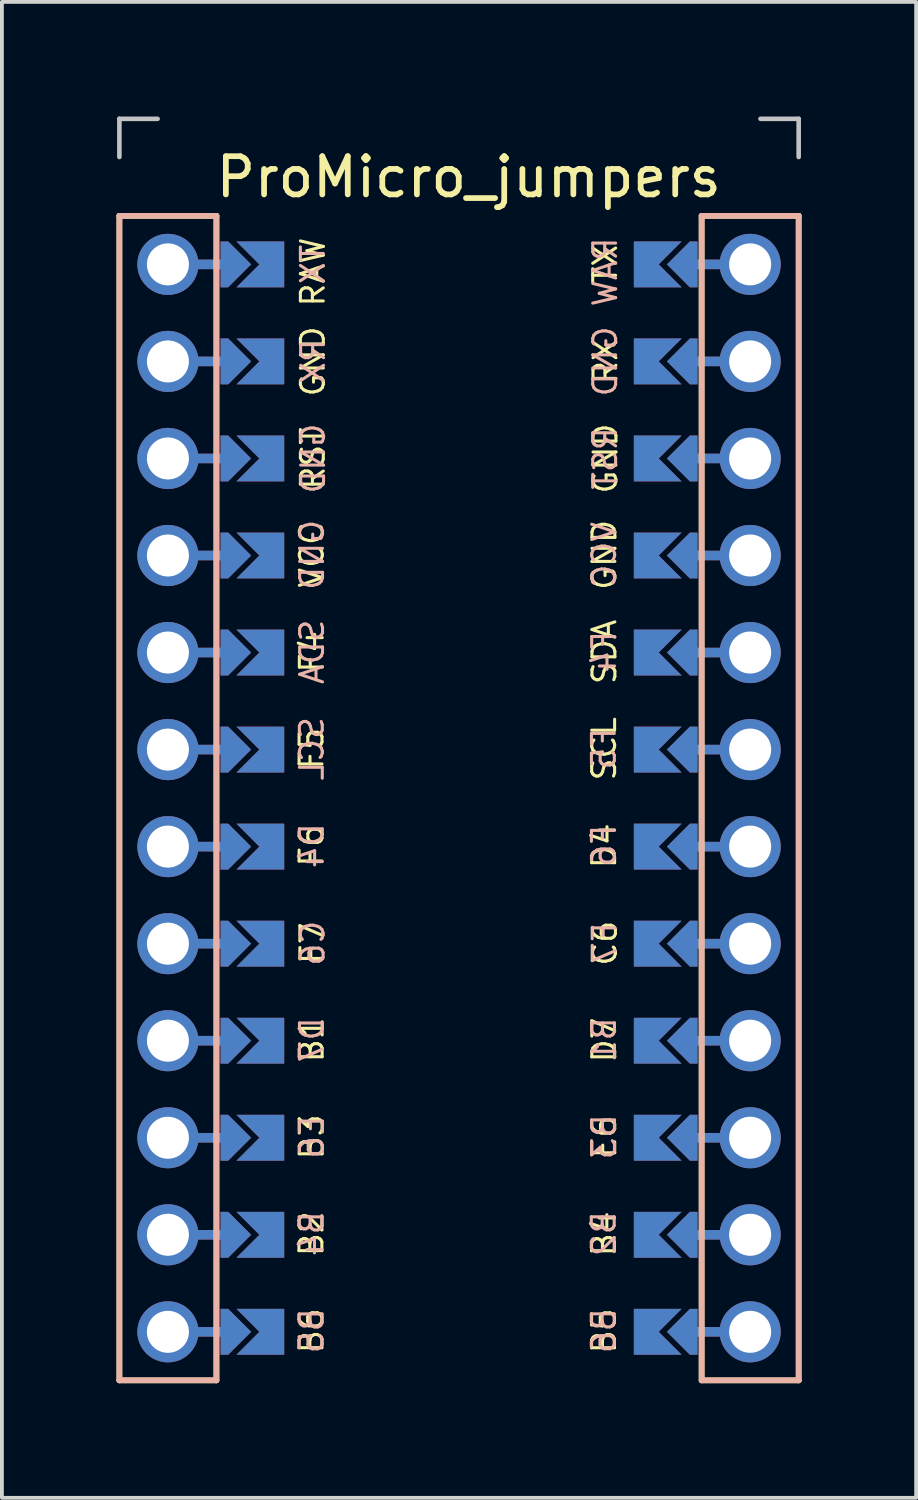
<source format=kicad_pcb>
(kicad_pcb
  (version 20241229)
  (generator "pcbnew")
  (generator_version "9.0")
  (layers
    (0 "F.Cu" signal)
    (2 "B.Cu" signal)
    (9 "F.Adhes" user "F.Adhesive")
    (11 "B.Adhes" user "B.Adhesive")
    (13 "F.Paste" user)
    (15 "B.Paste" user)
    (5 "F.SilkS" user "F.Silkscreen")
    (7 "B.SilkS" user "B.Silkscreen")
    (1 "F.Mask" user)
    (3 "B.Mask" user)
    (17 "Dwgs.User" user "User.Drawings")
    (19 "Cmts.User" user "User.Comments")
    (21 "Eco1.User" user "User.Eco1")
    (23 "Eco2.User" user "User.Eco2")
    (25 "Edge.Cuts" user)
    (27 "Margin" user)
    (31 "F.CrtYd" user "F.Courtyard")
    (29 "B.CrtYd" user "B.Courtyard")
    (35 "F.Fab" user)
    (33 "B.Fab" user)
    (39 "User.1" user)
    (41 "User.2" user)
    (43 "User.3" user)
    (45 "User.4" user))
  (footprint "ProMicro_jumpers"
    (layer "F.Cu")
    (at 8.965 17.84)
    (property "Reference" "ProMicro_jumpers" (at 0.254 -16.256 0) (layer "F.SilkS") (effects (font (size 1 1) (thickness 0.15))))
    (fp_poly (pts (xy -5.08 -14.478) (xy -5.08 -13.462) (xy -6.096 -13.462) (xy -6.096 -14.478)) (stroke (width 0.1) (type solid)) (fill yes) (layer "F.Mask"))
    (fp_poly (pts (xy -5.08 -11.938) (xy -5.08 -10.922) (xy -6.096 -10.922) (xy -6.096 -11.938)) (stroke (width 0.1) (type solid)) (fill yes) (layer "F.Mask"))
    (fp_poly (pts (xy -5.08 -9.398) (xy -5.08 -8.382) (xy -6.096 -8.382) (xy -6.096 -9.398)) (stroke (width 0.1) (type solid)) (fill yes) (layer "F.Mask"))
    (fp_poly (pts (xy -5.08 -6.858) (xy -5.08 -5.842) (xy -6.096 -5.842) (xy -6.096 -6.858)) (stroke (width 0.1) (type solid)) (fill yes) (layer "F.Mask"))
    (fp_poly (pts (xy -5.08 -4.318) (xy -5.08 -3.302) (xy -6.096 -3.302) (xy -6.096 -4.318)) (stroke (width 0.1) (type solid)) (fill yes) (layer "F.Mask"))
    (fp_poly (pts (xy -5.08 -1.778) (xy -5.08 -0.762) (xy -6.096 -0.762) (xy -6.096 -1.778)) (stroke (width 0.1) (type solid)) (fill yes) (layer "F.Mask"))
    (fp_poly (pts (xy -5.08 0.762) (xy -5.08 1.778) (xy -6.096 1.778) (xy -6.096 0.762)) (stroke (width 0.1) (type solid)) (fill yes) (layer "F.Mask"))
    (fp_poly (pts (xy -5.08 3.302) (xy -5.08 4.318) (xy -6.096 4.318) (xy -6.096 3.302)) (stroke (width 0.1) (type solid)) (fill yes) (layer "F.Mask"))
    (fp_poly (pts (xy -5.08 5.842) (xy -5.08 6.858) (xy -6.096 6.858) (xy -6.096 5.842)) (stroke (width 0.1) (type solid)) (fill yes) (layer "F.Mask"))
    (fp_poly (pts (xy -5.08 8.382) (xy -5.08 9.398) (xy -6.096 9.398) (xy -6.096 8.382)) (stroke (width 0.1) (type solid)) (fill yes) (layer "F.Mask"))
    (fp_poly (pts (xy -5.08 10.922) (xy -5.08 11.938) (xy -6.096 11.938) (xy -6.096 10.922)) (stroke (width 0.1) (type solid)) (fill yes) (layer "F.Mask"))
    (fp_poly (pts (xy -5.08 13.462) (xy -5.08 14.478) (xy -6.096 14.478) (xy -6.096 13.462)) (stroke (width 0.1) (type solid)) (fill yes) (layer "F.Mask"))
    (fp_poly (pts (xy 5.08 -13.462) (xy 5.08 -14.478) (xy 6.096 -14.478) (xy 6.096 -13.462)) (stroke (width 0.1) (type solid)) (fill yes) (layer "F.Mask"))
    (fp_poly (pts (xy 5.08 -10.922) (xy 5.08 -11.938) (xy 6.096 -11.938) (xy 6.096 -10.922)) (stroke (width 0.1) (type solid)) (fill yes) (layer "F.Mask"))
    (fp_poly (pts (xy 5.08 -8.382) (xy 5.08 -9.398) (xy 6.096 -9.398) (xy 6.096 -8.382)) (stroke (width 0.1) (type solid)) (fill yes) (layer "F.Mask"))
    (fp_poly (pts (xy 5.08 -5.842) (xy 5.08 -6.858) (xy 6.096 -6.858) (xy 6.096 -5.842)) (stroke (width 0.1) (type solid)) (fill yes) (layer "F.Mask"))
    (fp_poly (pts (xy 5.08 -3.302) (xy 5.08 -4.318) (xy 6.096 -4.318) (xy 6.096 -3.302)) (stroke (width 0.1) (type solid)) (fill yes) (layer "F.Mask"))
    (fp_poly (pts (xy 5.08 -0.762) (xy 5.08 -1.778) (xy 6.096 -1.778) (xy 6.096 -0.762)) (stroke (width 0.1) (type solid)) (fill yes) (layer "F.Mask"))
    (fp_poly (pts (xy 5.08 1.778) (xy 5.08 0.762) (xy 6.096 0.762) (xy 6.096 1.778)) (stroke (width 0.1) (type solid)) (fill yes) (layer "F.Mask"))
    (fp_poly (pts (xy 5.08 4.318) (xy 5.08 3.302) (xy 6.096 3.302) (xy 6.096 4.318)) (stroke (width 0.1) (type solid)) (fill yes) (layer "F.Mask"))
    (fp_poly (pts (xy 5.08 6.858) (xy 5.08 5.842) (xy 6.096 5.842) (xy 6.096 6.858)) (stroke (width 0.1) (type solid)) (fill yes) (layer "F.Mask"))
    (fp_poly (pts (xy 5.08 9.398) (xy 5.08 8.382) (xy 6.096 8.382) (xy 6.096 9.398)) (stroke (width 0.1) (type solid)) (fill yes) (layer "F.Mask"))
    (fp_poly (pts (xy 5.08 11.938) (xy 5.08 10.922) (xy 6.096 10.922) (xy 6.096 11.938)) (stroke (width 0.1) (type solid)) (fill yes) (layer "F.Mask"))
    (fp_poly (pts (xy 5.08 14.478) (xy 5.08 13.462) (xy 6.096 13.462) (xy 6.096 14.478)) (stroke (width 0.1) (type solid)) (fill yes) (layer "F.Mask"))
    (fp_poly (pts (xy -5.08 -14.478) (xy -5.08 -13.462) (xy -6.096 -13.462) (xy -6.096 -14.478)) (stroke (width 0.1) (type solid)) (fill yes) (layer "B.Mask"))
    (fp_poly (pts (xy -5.08 -11.938) (xy -5.08 -10.922) (xy -6.096 -10.922) (xy -6.096 -11.938)) (stroke (width 0.1) (type solid)) (fill yes) (layer "B.Mask"))
    (fp_poly (pts (xy -5.08 -9.398) (xy -5.08 -8.382) (xy -6.096 -8.382) (xy -6.096 -9.398)) (stroke (width 0.1) (type solid)) (fill yes) (layer "B.Mask"))
    (fp_poly (pts (xy -5.08 -6.858) (xy -5.08 -5.842) (xy -6.096 -5.842) (xy -6.096 -6.858)) (stroke (width 0.1) (type solid)) (fill yes) (layer "B.Mask"))
    (fp_poly (pts (xy -5.08 -4.318) (xy -5.08 -3.302) (xy -6.096 -3.302) (xy -6.096 -4.318)) (stroke (width 0.1) (type solid)) (fill yes) (layer "B.Mask"))
    (fp_poly (pts (xy -5.08 -1.778) (xy -5.08 -0.762) (xy -6.096 -0.762) (xy -6.096 -1.778)) (stroke (width 0.1) (type solid)) (fill yes) (layer "B.Mask"))
    (fp_poly (pts (xy -5.08 0.762) (xy -5.08 1.778) (xy -6.096 1.778) (xy -6.096 0.762)) (stroke (width 0.1) (type solid)) (fill yes) (layer "B.Mask"))
    (fp_poly (pts (xy -5.08 3.302) (xy -5.08 4.318) (xy -6.096 4.318) (xy -6.096 3.302)) (stroke (width 0.1) (type solid)) (fill yes) (layer "B.Mask"))
    (fp_poly (pts (xy -5.08 5.842) (xy -5.08 6.858) (xy -6.096 6.858) (xy -6.096 5.842)) (stroke (width 0.1) (type solid)) (fill yes) (layer "B.Mask"))
    (fp_poly (pts (xy -5.08 8.382) (xy -5.08 9.398) (xy -6.096 9.398) (xy -6.096 8.382)) (stroke (width 0.1) (type solid)) (fill yes) (layer "B.Mask"))
    (fp_poly (pts (xy -5.08 10.922) (xy -5.08 11.938) (xy -6.096 11.938) (xy -6.096 10.922)) (stroke (width 0.1) (type solid)) (fill yes) (layer "B.Mask"))
    (fp_poly (pts (xy -5.08 13.462) (xy -5.08 14.478) (xy -6.096 14.478) (xy -6.096 13.462)) (stroke (width 0.1) (type solid)) (fill yes) (layer "B.Mask"))
    (fp_poly (pts (xy 5.08 -13.462) (xy 5.08 -14.478) (xy 6.096 -14.478) (xy 6.096 -13.462)) (stroke (width 0.1) (type solid)) (fill yes) (layer "B.Mask"))
    (fp_poly (pts (xy 5.08 -10.922) (xy 5.08 -11.938) (xy 6.096 -11.938) (xy 6.096 -10.922)) (stroke (width 0.1) (type solid)) (fill yes) (layer "B.Mask"))
    (fp_poly (pts (xy 5.08 -8.382) (xy 5.08 -9.398) (xy 6.096 -9.398) (xy 6.096 -8.382)) (stroke (width 0.1) (type solid)) (fill yes) (layer "B.Mask"))
    (fp_poly (pts (xy 5.08 -5.842) (xy 5.08 -6.858) (xy 6.096 -6.858) (xy 6.096 -5.842)) (stroke (width 0.1) (type solid)) (fill yes) (layer "B.Mask"))
    (fp_poly (pts (xy 5.08 -3.302) (xy 5.08 -4.318) (xy 6.096 -4.318) (xy 6.096 -3.302)) (stroke (width 0.1) (type solid)) (fill yes) (layer "B.Mask"))
    (fp_poly (pts (xy 5.08 -0.762) (xy 5.08 -1.778) (xy 6.096 -1.778) (xy 6.096 -0.762)) (stroke (width 0.1) (type solid)) (fill yes) (layer "B.Mask"))
    (fp_poly (pts (xy 5.08 1.778) (xy 5.08 0.762) (xy 6.096 0.762) (xy 6.096 1.778)) (stroke (width 0.1) (type solid)) (fill yes) (layer "B.Mask"))
    (fp_poly (pts (xy 5.08 4.318) (xy 5.08 3.302) (xy 6.096 3.302) (xy 6.096 4.318)) (stroke (width 0.1) (type solid)) (fill yes) (layer "B.Mask"))
    (fp_poly (pts (xy 5.08 6.858) (xy 5.08 5.842) (xy 6.096 5.842) (xy 6.096 6.858)) (stroke (width 0.1) (type solid)) (fill yes) (layer "B.Mask"))
    (fp_poly (pts (xy 5.08 9.398) (xy 5.08 8.382) (xy 6.096 8.382) (xy 6.096 9.398)) (stroke (width 0.1) (type solid)) (fill yes) (layer "B.Mask"))
    (fp_poly (pts (xy 5.08 11.938) (xy 5.08 10.922) (xy 6.096 10.922) (xy 6.096 11.938)) (stroke (width 0.1) (type solid)) (fill yes) (layer "B.Mask"))
    (fp_poly (pts (xy 5.08 14.478) (xy 5.08 13.462) (xy 6.096 13.462) (xy 6.096 14.478)) (stroke (width 0.1) (type solid)) (fill yes) (layer "B.Mask"))
    (fp_line (start -8.89 -15.24) (end -8.89 15.24) (stroke (width 0.15) (type solid)) (layer "F.SilkS"))
    (fp_line (start -8.89 -15.24) (end -6.35 -15.24) (stroke (width 0.15) (type solid)) (layer "F.SilkS"))
    (fp_line (start -6.35 -15.24) (end -6.35 15.24) (stroke (width 0.15) (type solid)) (layer "F.SilkS"))
    (fp_line (start -6.35 15.24) (end -8.89 15.24) (stroke (width 0.15) (type solid)) (layer "F.SilkS"))
    (fp_line (start 6.35 -15.24) (end 6.35 15.24) (stroke (width 0.15) (type solid)) (layer "F.SilkS"))
    (fp_line (start 6.35 -15.24) (end 8.89 -15.24) (stroke (width 0.15) (type solid)) (layer "F.SilkS"))
    (fp_line (start 6.35 15.24) (end 8.89 15.24) (stroke (width 0.15) (type solid)) (layer "F.SilkS"))
    (fp_line (start 8.89 -15.24) (end 8.89 15.24) (stroke (width 0.15) (type solid)) (layer "F.SilkS"))
    (fp_line (start -8.89 -15.24) (end -8.89 15.24) (stroke (width 0.15) (type solid)) (layer "B.SilkS"))
    (fp_line (start -8.89 -15.24) (end -6.35 -15.24) (stroke (width 0.15) (type solid)) (layer "B.SilkS"))
    (fp_line (start -6.35 -15.24) (end -6.35 15.24) (stroke (width 0.15) (type solid)) (layer "B.SilkS"))
    (fp_line (start -6.35 15.24) (end -8.89 15.24) (stroke (width 0.15) (type solid)) (layer "B.SilkS"))
    (fp_line (start 6.35 -15.24) (end 6.35 15.24) (stroke (width 0.15) (type solid)) (layer "B.SilkS"))
    (fp_line (start 6.35 -15.24) (end 8.89 -15.24) (stroke (width 0.15) (type solid)) (layer "B.SilkS"))
    (fp_line (start 6.35 15.24) (end 8.89 15.24) (stroke (width 0.15) (type solid)) (layer "B.SilkS"))
    (fp_line (start 8.89 -15.24) (end 8.89 15.24) (stroke (width 0.15) (type solid)) (layer "B.SilkS"))
    (fp_line (start -8.89 -17.78) (end -8.89 -16.78) (stroke (width 0.12) (type solid)) (layer "Dwgs.User"))
    (fp_line (start -8.89 -17.78) (end -7.89 -17.78) (stroke (width 0.12) (type solid)) (layer "Dwgs.User"))
    (fp_line (start 8.89 -17.78) (end 7.89 -17.78) (stroke (width 0.12) (type solid)) (layer "Dwgs.User"))
    (fp_line (start 8.89 -17.78) (end 8.89 -16.78) (stroke (width 0.12) (type solid)) (layer "Dwgs.User"))
    (fp_text user "E6" (at 3.802 8.869 90) (layer "F.SilkS") (effects (font (size 0.6 0.6) (thickness 0.08))))
    (fp_text user "C6" (at 3.82 3.798 90) (layer "F.SilkS") (effects (font (size 0.6 0.6) (thickness 0.08))))
    (fp_text user "GND" (at 3.806 -6.367 90) (layer "F.SilkS") (effects (font (size 0.6 0.6) (thickness 0.08))))
    (fp_text user "F6" (at -3.86 1.246 90) (layer "F.SilkS") (effects (font (size 0.6 0.6) (thickness 0.08))))
    (fp_text user "GND" (at -3.826 -11.43 90) (layer "F.SilkS") (effects (font (size 0.6 0.6) (thickness 0.08))))
    (fp_text user "D7" (at 3.802 6.329 90) (layer "F.SilkS") (effects (font (size 0.6 0.6) (thickness 0.08))))
    (fp_text user "F7" (at -3.839 3.797 90) (layer "F.SilkS") (effects (font (size 0.6 0.6) (thickness 0.08))))
    (fp_text user "B5" (at 3.795 13.944 90) (layer "F.SilkS") (effects (font (size 0.6 0.6) (thickness 0.08))))
    (fp_text user "B4" (at 3.795 11.404 90) (layer "F.SilkS") (effects (font (size 0.6 0.6) (thickness 0.08))))
    (fp_text user "TX" (at 3.826 -13.97 90) (layer "F.SilkS") (effects (font (size 0.6 0.6) (thickness 0.08))))
    (fp_text user "SCL" (at 3.799 -1.292 90) (layer "F.SilkS") (effects (font (size 0.6 0.6) (thickness 0.08))))
    (fp_text user "SDA" (at 3.806 -3.827 90) (layer "F.SilkS") (effects (font (size 0.6 0.6) (thickness 0.08))))
    (fp_text user "GND" (at 3.833 -8.888 90) (layer "F.SilkS") (effects (font (size 0.6 0.6) (thickness 0.08))))
    (fp_text user "B1" (at -3.857 6.327 90) (layer "F.SilkS") (effects (font (size 0.6 0.6) (thickness 0.08))))
    (fp_text user "B3" (at -3.857 8.867 90) (layer "F.SilkS") (effects (font (size 0.6 0.6) (thickness 0.08))))
    (fp_text user "B2" (at -3.864 11.402 90) (layer "F.SilkS") (effects (font (size 0.6 0.6) (thickness 0.08))))
    (fp_text user "RAW" (at -3.826 -13.77 90) (layer "F.SilkS") (effects (font (size 0.6 0.6) (thickness 0.08))))
    (fp_text user "RX" (at 3.833 -11.428 90) (layer "F.SilkS") (effects (font (size 0.6 0.6) (thickness 0.08))))
    (fp_text user "D4" (at 3.799 1.248 90) (layer "F.SilkS") (effects (font (size 0.6 0.6) (thickness 0.08))))
    (fp_text user "F5" (at -3.86 -1.294 90) (layer "F.SilkS") (effects (font (size 0.6 0.6) (thickness 0.08))))
    (fp_text user "VCC" (at -3.853 -6.369 90) (layer "F.SilkS") (effects (font (size 0.6 0.6) (thickness 0.08))))
    (fp_text user "B6" (at -3.864 13.942 90) (layer "F.SilkS") (effects (font (size 0.6 0.6) (thickness 0.08))))
    (fp_text user "RST" (at -3.826 -8.89 90) (layer "F.SilkS") (effects (font (size 0.6 0.6) (thickness 0.08))))
    (fp_text user "F4" (at -3.853 -3.829 90) (layer "F.SilkS") (effects (font (size 0.6 0.6) (thickness 0.08))))
    (fp_text user "E6" (at -3.85 8.869 90) (layer "B.SilkS") (effects (font (size 0.6 0.6) (thickness 0.08)) (justify mirror)))
    (fp_text user "B4" (at -3.857 11.404 90) (layer "B.SilkS") (effects (font (size 0.6 0.6) (thickness 0.08)) (justify mirror)))
    (fp_text user "RST" (at 3.826 -8.89 90) (layer "B.SilkS") (effects (font (size 0.6 0.6) (thickness 0.08)) (justify mirror)))
    (fp_text user "SCL" (at -3.853 -1.292 90) (layer "B.SilkS") (effects (font (size 0.6 0.6) (thickness 0.08)) (justify mirror)))
    (fp_text user "F6" (at 3.792 1.246 90) (layer "B.SilkS") (effects (font (size 0.6 0.6) (thickness 0.08)) (justify mirror)))
    (fp_text user "D7" (at -3.85 6.329 90) (layer "B.SilkS") (effects (font (size 0.6 0.6) (thickness 0.08)) (justify mirror)))
    (fp_text user "B6" (at 3.788 13.942 90) (layer "B.SilkS") (effects (font (size 0.6 0.6) (thickness 0.08)) (justify mirror)))
    (fp_text user "GND" (at 3.826 -11.43 90) (layer "B.SilkS") (effects (font (size 0.6 0.6) (thickness 0.08)) (justify mirror)))
    (fp_text user "SDA" (at -3.846 -3.827 90) (layer "B.SilkS") (effects (font (size 0.6 0.6) (thickness 0.08)) (justify mirror)))
    (fp_text user "D4" (at -3.853 1.248 90) (layer "B.SilkS") (effects (font (size 0.6 0.6) (thickness 0.08)) (justify mirror)))
    (fp_text user "F7" (at 3.813 3.797 90) (layer "B.SilkS") (effects (font (size 0.6 0.6) (thickness 0.08)) (justify mirror)))
    (fp_text user "B3" (at 3.795 8.867 90) (layer "B.SilkS") (effects (font (size 0.6 0.6) (thickness 0.08)) (justify mirror)))
    (fp_text user "F4" (at 3.799 -3.829 90) (layer "B.SilkS") (effects (font (size 0.6 0.6) (thickness 0.08)) (justify mirror)))
    (fp_text user "GND" (at -3.846 -6.367 90) (layer "B.SilkS") (effects (font (size 0.6 0.6) (thickness 0.08)) (justify mirror)))
    (fp_text user "B1" (at 3.795 6.327 90) (layer "B.SilkS") (effects (font (size 0.6 0.6) (thickness 0.08)) (justify mirror)))
    (fp_text user "VCC" (at 3.799 -6.369 90) (layer "B.SilkS") (effects (font (size 0.6 0.6) (thickness 0.08)) (justify mirror)))
    (fp_text user "B2" (at 3.788 11.402 90) (layer "B.SilkS") (effects (font (size 0.6 0.6) (thickness 0.08)) (justify mirror)))
    (fp_text user "F5" (at 3.792 -1.294 90) (layer "B.SilkS") (effects (font (size 0.6 0.6) (thickness 0.08)) (justify mirror)))
    (fp_text user "B5" (at -3.857 13.944 90) (layer "B.SilkS") (effects (font (size 0.6 0.6) (thickness 0.08)) (justify mirror)))
    (fp_text user "C6" (at -3.832 3.798 90) (layer "B.SilkS") (effects (font (size 0.6 0.6) (thickness 0.08)) (justify mirror)))
    (fp_text user "TX" (at -3.826 -13.97 90) (layer "B.SilkS") (effects (font (size 0.6 0.6) (thickness 0.08)) (justify mirror)))
    (fp_text user "GND" (at -3.819 -8.888 90) (layer "B.SilkS") (effects (font (size 0.6 0.6) (thickness 0.08)) (justify mirror)))
    (fp_text user "RX" (at -3.819 -11.428 90) (layer "B.SilkS") (effects (font (size 0.6 0.6) (thickness 0.08)) (justify mirror)))
    (fp_text user "RAW" (at 3.826 -13.77 90) (layer "B.SilkS") (effects (font (size 0.6 0.6) (thickness 0.08)) (justify mirror)))
    (pad "" thru_hole circle (at -7.62 -13.97 270) (size 1.6 1.6) (drill 1.1) (layers "*.Cu" "*.Mask"))
    (pad "" thru_hole circle (at -7.62 -11.43 270) (size 1.6 1.6) (drill 1.1) (layers "*.Cu" "*.Mask"))
    (pad "" thru_hole circle (at -7.62 -8.89 270) (size 1.6 1.6) (drill 1.1) (layers "*.Cu" "*.Mask"))
    (pad "" thru_hole circle (at -7.62 -6.35 270) (size 1.6 1.6) (drill 1.1) (layers "*.Cu" "*.Mask"))
    (pad "" thru_hole circle (at -7.62 -3.81 270) (size 1.6 1.6) (drill 1.1) (layers "*.Cu" "*.Mask"))
    (pad "" thru_hole circle (at -7.62 -1.27 270) (size 1.6 1.6) (drill 1.1) (layers "*.Cu" "*.Mask"))
    (pad "" thru_hole circle (at -7.62 1.27 270) (size 1.6 1.6) (drill 1.1) (layers "*.Cu" "*.Mask"))
    (pad "" thru_hole circle (at -7.62 3.81 270) (size 1.6 1.6) (drill 1.1) (layers "*.Cu" "*.Mask"))
    (pad "" thru_hole circle (at -7.62 6.35 270) (size 1.6 1.6) (drill 1.1) (layers "*.Cu" "*.Mask"))
    (pad "" thru_hole circle (at -7.62 8.89 270) (size 1.6 1.6) (drill 1.1) (layers "*.Cu" "*.Mask"))
    (pad "" thru_hole circle (at -7.62 11.43 270) (size 1.6 1.6) (drill 1.1) (layers "*.Cu" "*.Mask"))
    (pad "" thru_hole circle (at -7.62 13.97 270) (size 1.6 1.6) (drill 1.1) (layers "*.Cu" "*.Mask"))
    (pad "" smd custom (at -6.35 -13.97 90) (size 0.25 1) (layers "F.Cu") (options (anchor rect)) (primitives))
    (pad "" smd custom (at -6.35 -13.97 90) (size 0.25 1) (layers "B.Cu") (options (anchor rect)) (primitives))
    (pad "" smd custom (at -6.35 -11.43 90) (size 0.25 1) (layers "F.Cu") (options (anchor rect)) (primitives))
    (pad "" smd custom (at -6.35 -11.43 90) (size 0.25 1) (layers "B.Cu") (options (anchor rect)) (primitives))
    (pad "" smd custom (at -6.35 -8.89 90) (size 0.25 1) (layers "F.Cu") (options (anchor rect)) (primitives))
    (pad "" smd custom (at -6.35 -8.89 90) (size 0.25 1) (layers "B.Cu") (options (anchor rect)) (primitives))
    (pad "" smd custom (at -6.35 -6.35 90) (size 0.25 1) (layers "F.Cu") (options (anchor rect)) (primitives))
    (pad "" smd custom (at -6.35 -6.35 90) (size 0.25 1) (layers "B.Cu") (options (anchor rect)) (primitives))
    (pad "" smd custom (at -6.35 -3.81 90) (size 0.25 1) (layers "F.Cu") (options (anchor rect)) (primitives))
    (pad "" smd custom (at -6.35 -3.81 90) (size 0.25 1) (layers "B.Cu") (options (anchor rect)) (primitives))
    (pad "" smd custom (at -6.35 -1.27 90) (size 0.25 1) (layers "F.Cu") (options (anchor rect)) (primitives))
    (pad "" smd custom (at -6.35 -1.27 90) (size 0.25 1) (layers "B.Cu") (options (anchor rect)) (primitives))
    (pad "" smd custom (at -6.35 1.27 90) (size 0.25 1) (layers "F.Cu") (options (anchor rect)) (primitives))
    (pad "" smd custom (at -6.35 1.27 90) (size 0.25 1) (layers "B.Cu") (options (anchor rect)) (primitives))
    (pad "" smd custom (at -6.35 3.81 90) (size 0.25 1) (layers "F.Cu") (options (anchor rect)) (primitives))
    (pad "" smd custom (at -6.35 3.81 90) (size 0.25 1) (layers "B.Cu") (options (anchor rect)) (primitives))
    (pad "" smd custom (at -6.35 6.35 90) (size 0.25 1) (layers "F.Cu") (options (anchor rect)) (primitives))
    (pad "" smd custom (at -6.35 6.35 90) (size 0.25 1) (layers "B.Cu") (options (anchor rect)) (primitives))
    (pad "" smd custom (at -6.35 8.89 90) (size 0.25 1) (layers "F.Cu") (options (anchor rect)) (primitives))
    (pad "" smd custom (at -6.35 8.89 90) (size 0.25 1) (layers "B.Cu") (options (anchor rect)) (primitives))
    (pad "" smd custom (at -6.35 11.43 90) (size 0.25 1) (layers "F.Cu") (options (anchor rect)) (primitives))
    (pad "" smd custom (at -6.35 11.43 90) (size 0.25 1) (layers "B.Cu") (options (anchor rect)) (primitives))
    (pad "" smd custom (at -6.35 13.97 90) (size 0.25 1) (layers "F.Cu") (options (anchor rect)) (primitives))
    (pad "" smd custom (at -6.35 13.97 90) (size 0.25 1) (layers "B.Cu") (options (anchor rect)) (primitives))
    (pad "" smd custom (at -5.842 -13.97 90) (size 0.1 0.1) (layers "F.Cu" "F.Mask") (options (anchor rect)) (primitives (gr_poly (pts (xy 0.6 -0.2) (xy 0 0.4) (xy -0.6 -0.2) (xy -0.6 -0.4) (xy 0.6 -0.4)) (width 0) (fill yes))))
    (pad "" smd custom (at -5.842 -13.97 90) (size 0.1 0.1) (layers "B.Cu" "B.Mask") (options (anchor rect)) (primitives (gr_poly (pts (xy 0.6 -0.2) (xy 0 0.4) (xy -0.6 -0.2) (xy -0.6 -0.4) (xy 0.6 -0.4)) (width 0) (fill yes))))
    (pad "" smd custom (at -5.842 -11.43 90) (size 0.1 0.1) (layers "F.Cu" "F.Mask") (options (anchor rect)) (primitives (gr_poly (pts (xy 0.6 -0.2) (xy 0 0.4) (xy -0.6 -0.2) (xy -0.6 -0.4) (xy 0.6 -0.4)) (width 0) (fill yes))))
    (pad "" smd custom (at -5.842 -11.43 90) (size 0.1 0.1) (layers "B.Cu" "B.Mask") (options (anchor rect)) (primitives (gr_poly (pts (xy 0.6 -0.2) (xy 0 0.4) (xy -0.6 -0.2) (xy -0.6 -0.4) (xy 0.6 -0.4)) (width 0) (fill yes))))
    (pad "" smd custom (at -5.842 -8.89 90) (size 0.1 0.1) (layers "F.Cu" "F.Mask") (options (anchor rect)) (primitives (gr_poly (pts (xy 0.6 -0.2) (xy 0 0.4) (xy -0.6 -0.2) (xy -0.6 -0.4) (xy 0.6 -0.4)) (width 0) (fill yes))))
    (pad "" smd custom (at -5.842 -8.89 90) (size 0.1 0.1) (layers "B.Cu" "B.Mask") (options (anchor rect)) (primitives (gr_poly (pts (xy 0.6 -0.2) (xy 0 0.4) (xy -0.6 -0.2) (xy -0.6 -0.4) (xy 0.6 -0.4)) (width 0) (fill yes))))
    (pad "" smd custom (at -5.842 -6.35 90) (size 0.1 0.1) (layers "F.Cu" "F.Mask") (options (anchor rect)) (primitives (gr_poly (pts (xy 0.6 -0.2) (xy 0 0.4) (xy -0.6 -0.2) (xy -0.6 -0.4) (xy 0.6 -0.4)) (width 0) (fill yes))))
    (pad "" smd custom (at -5.842 -6.35 90) (size 0.1 0.1) (layers "B.Cu" "B.Mask") (options (anchor rect)) (primitives (gr_poly (pts (xy 0.6 -0.2) (xy 0 0.4) (xy -0.6 -0.2) (xy -0.6 -0.4) (xy 0.6 -0.4)) (width 0) (fill yes))))
    (pad "" smd custom (at -5.842 -3.81 90) (size 0.1 0.1) (layers "F.Cu" "F.Mask") (options (anchor rect)) (primitives (gr_poly (pts (xy 0.6 -0.2) (xy 0 0.4) (xy -0.6 -0.2) (xy -0.6 -0.4) (xy 0.6 -0.4)) (width 0) (fill yes))))
    (pad "" smd custom (at -5.842 -3.81 90) (size 0.1 0.1) (layers "B.Cu" "B.Mask") (options (anchor rect)) (primitives (gr_poly (pts (xy 0.6 -0.2) (xy 0 0.4) (xy -0.6 -0.2) (xy -0.6 -0.4) (xy 0.6 -0.4)) (width 0) (fill yes))))
    (pad "" smd custom (at -5.842 -1.27 90) (size 0.1 0.1) (layers "F.Cu" "F.Mask") (options (anchor rect)) (primitives (gr_poly (pts (xy 0.6 -0.2) (xy 0 0.4) (xy -0.6 -0.2) (xy -0.6 -0.4) (xy 0.6 -0.4)) (width 0) (fill yes))))
    (pad "" smd custom (at -5.842 -1.27 90) (size 0.1 0.1) (layers "B.Cu" "B.Mask") (options (anchor rect)) (primitives (gr_poly (pts (xy 0.6 -0.2) (xy 0 0.4) (xy -0.6 -0.2) (xy -0.6 -0.4) (xy 0.6 -0.4)) (width 0) (fill yes))))
    (pad "" smd custom (at -5.842 1.27 90) (size 0.1 0.1) (layers "F.Cu" "F.Mask") (options (anchor rect)) (primitives (gr_poly (pts (xy 0.6 -0.2) (xy 0 0.4) (xy -0.6 -0.2) (xy -0.6 -0.4) (xy 0.6 -0.4)) (width 0) (fill yes))))
    (pad "" smd custom (at -5.842 1.27 90) (size 0.1 0.1) (layers "B.Cu" "B.Mask") (options (anchor rect)) (primitives (gr_poly (pts (xy 0.6 -0.2) (xy 0 0.4) (xy -0.6 -0.2) (xy -0.6 -0.4) (xy 0.6 -0.4)) (width 0) (fill yes))))
    (pad "" smd custom (at -5.842 3.81 90) (size 0.1 0.1) (layers "F.Cu" "F.Mask") (options (anchor rect)) (primitives (gr_poly (pts (xy 0.6 -0.2) (xy 0 0.4) (xy -0.6 -0.2) (xy -0.6 -0.4) (xy 0.6 -0.4)) (width 0) (fill yes))))
    (pad "" smd custom (at -5.842 3.81 90) (size 0.1 0.1) (layers "B.Cu" "B.Mask") (options (anchor rect)) (primitives (gr_poly (pts (xy 0.6 -0.2) (xy 0 0.4) (xy -0.6 -0.2) (xy -0.6 -0.4) (xy 0.6 -0.4)) (width 0) (fill yes))))
    (pad "" smd custom (at -5.842 6.35 90) (size 0.1 0.1) (layers "F.Cu" "F.Mask") (options (anchor rect)) (primitives (gr_poly (pts (xy 0.6 -0.2) (xy 0 0.4) (xy -0.6 -0.2) (xy -0.6 -0.4) (xy 0.6 -0.4)) (width 0) (fill yes))))
    (pad "" smd custom (at -5.842 6.35 90) (size 0.1 0.1) (layers "B.Cu" "B.Mask") (options (anchor rect)) (primitives (gr_poly (pts (xy 0.6 -0.2) (xy 0 0.4) (xy -0.6 -0.2) (xy -0.6 -0.4) (xy 0.6 -0.4)) (width 0) (fill yes))))
    (pad "" smd custom (at -5.842 8.89 90) (size 0.1 0.1) (layers "F.Cu" "F.Mask") (options (anchor rect)) (primitives (gr_poly (pts (xy 0.6 -0.2) (xy 0 0.4) (xy -0.6 -0.2) (xy -0.6 -0.4) (xy 0.6 -0.4)) (width 0) (fill yes))))
    (pad "" smd custom (at -5.842 8.89 90) (size 0.1 0.1) (layers "B.Cu" "B.Mask") (options (anchor rect)) (primitives (gr_poly (pts (xy 0.6 -0.2) (xy 0 0.4) (xy -0.6 -0.2) (xy -0.6 -0.4) (xy 0.6 -0.4)) (width 0) (fill yes))))
    (pad "" smd custom (at -5.842 11.43 90) (size 0.1 0.1) (layers "F.Cu" "F.Mask") (options (anchor rect)) (primitives (gr_poly (pts (xy 0.6 -0.2) (xy 0 0.4) (xy -0.6 -0.2) (xy -0.6 -0.4) (xy 0.6 -0.4)) (width 0) (fill yes))))
    (pad "" smd custom (at -5.842 11.43 90) (size 0.1 0.1) (layers "B.Cu" "B.Mask") (options (anchor rect)) (primitives (gr_poly (pts (xy 0.6 -0.2) (xy 0 0.4) (xy -0.6 -0.2) (xy -0.6 -0.4) (xy 0.6 -0.4)) (width 0) (fill yes))))
    (pad "" smd custom (at -5.842 13.97 90) (size 0.1 0.1) (layers "F.Cu" "F.Mask") (options (anchor rect)) (primitives (gr_poly (pts (xy 0.6 -0.2) (xy 0 0.4) (xy -0.6 -0.2) (xy -0.6 -0.4) (xy 0.6 -0.4)) (width 0) (fill yes))))
    (pad "" smd custom (at -5.842 13.97 90) (size 0.1 0.1) (layers "B.Cu" "B.Mask") (options (anchor rect)) (primitives (gr_poly (pts (xy 0.6 -0.2) (xy 0 0.4) (xy -0.6 -0.2) (xy -0.6 -0.4) (xy 0.6 -0.4)) (width 0) (fill yes))))
    (pad "" smd custom (at 5.842 -13.97 270) (size 0.1 0.1) (layers "F.Cu" "F.Mask") (options (anchor rect)) (primitives (gr_poly (pts (xy 0.6 -0.2) (xy 0 0.4) (xy -0.6 -0.2) (xy -0.6 -0.4) (xy 0.6 -0.4)) (width 0) (fill yes))))
    (pad "" smd custom (at 5.842 -13.97 270) (size 0.1 0.1) (layers "B.Cu" "B.Mask") (options (anchor rect)) (primitives (gr_poly (pts (xy 0.6 -0.2) (xy 0 0.4) (xy -0.6 -0.2) (xy -0.6 -0.4) (xy 0.6 -0.4)) (width 0) (fill yes))))
    (pad "" smd custom (at 5.842 -11.43 270) (size 0.1 0.1) (layers "F.Cu" "F.Mask") (options (anchor rect)) (primitives (gr_poly (pts (xy 0.6 -0.2) (xy 0 0.4) (xy -0.6 -0.2) (xy -0.6 -0.4) (xy 0.6 -0.4)) (width 0) (fill yes))))
    (pad "" smd custom (at 5.842 -11.43 270) (size 0.1 0.1) (layers "B.Cu" "B.Mask") (options (anchor rect)) (primitives (gr_poly (pts (xy 0.6 -0.2) (xy 0 0.4) (xy -0.6 -0.2) (xy -0.6 -0.4) (xy 0.6 -0.4)) (width 0) (fill yes))))
    (pad "" smd custom (at 5.842 -8.89 270) (size 0.1 0.1) (layers "F.Cu" "F.Mask") (options (anchor rect)) (primitives (gr_poly (pts (xy 0.6 -0.2) (xy 0 0.4) (xy -0.6 -0.2) (xy -0.6 -0.4) (xy 0.6 -0.4)) (width 0) (fill yes))))
    (pad "" smd custom (at 5.842 -8.89 270) (size 0.1 0.1) (layers "B.Cu" "B.Mask") (options (anchor rect)) (primitives (gr_poly (pts (xy 0.6 -0.2) (xy 0 0.4) (xy -0.6 -0.2) (xy -0.6 -0.4) (xy 0.6 -0.4)) (width 0) (fill yes))))
    (pad "" smd custom (at 5.842 -6.35 270) (size 0.1 0.1) (layers "F.Cu" "F.Mask") (options (anchor rect)) (primitives (gr_poly (pts (xy 0.6 -0.2) (xy 0 0.4) (xy -0.6 -0.2) (xy -0.6 -0.4) (xy 0.6 -0.4)) (width 0) (fill yes))))
    (pad "" smd custom (at 5.842 -6.35 270) (size 0.1 0.1) (layers "B.Cu" "B.Mask") (options (anchor rect)) (primitives (gr_poly (pts (xy 0.6 -0.2) (xy 0 0.4) (xy -0.6 -0.2) (xy -0.6 -0.4) (xy 0.6 -0.4)) (width 0) (fill yes))))
    (pad "" smd custom (at 5.842 -3.81 270) (size 0.1 0.1) (layers "F.Cu" "F.Mask") (options (anchor rect)) (primitives (gr_poly (pts (xy 0.6 -0.2) (xy 0 0.4) (xy -0.6 -0.2) (xy -0.6 -0.4) (xy 0.6 -0.4)) (width 0) (fill yes))))
    (pad "" smd custom (at 5.842 -3.81 270) (size 0.1 0.1) (layers "B.Cu" "B.Mask") (options (anchor rect)) (primitives (gr_poly (pts (xy 0.6 -0.2) (xy 0 0.4) (xy -0.6 -0.2) (xy -0.6 -0.4) (xy 0.6 -0.4)) (width 0) (fill yes))))
    (pad "" smd custom (at 5.842 -1.27 270) (size 0.1 0.1) (layers "F.Cu" "F.Mask") (options (anchor rect)) (primitives (gr_poly (pts (xy 0.6 -0.2) (xy 0 0.4) (xy -0.6 -0.2) (xy -0.6 -0.4) (xy 0.6 -0.4)) (width 0) (fill yes))))
    (pad "" smd custom (at 5.842 -1.27 270) (size 0.1 0.1) (layers "B.Cu" "B.Mask") (options (anchor rect)) (primitives (gr_poly (pts (xy 0.6 -0.2) (xy 0 0.4) (xy -0.6 -0.2) (xy -0.6 -0.4) (xy 0.6 -0.4)) (width 0) (fill yes))))
    (pad "" smd custom (at 5.842 1.27 270) (size 0.1 0.1) (layers "F.Cu" "F.Mask") (options (anchor rect)) (primitives (gr_poly (pts (xy 0.6 -0.2) (xy 0 0.4) (xy -0.6 -0.2) (xy -0.6 -0.4) (xy 0.6 -0.4)) (width 0) (fill yes))))
    (pad "" smd custom (at 5.842 1.27 270) (size 0.1 0.1) (layers "B.Cu" "B.Mask") (options (anchor rect)) (primitives (gr_poly (pts (xy 0.6 -0.2) (xy 0 0.4) (xy -0.6 -0.2) (xy -0.6 -0.4) (xy 0.6 -0.4)) (width 0) (fill yes))))
    (pad "" smd custom (at 5.842 3.81 270) (size 0.1 0.1) (layers "F.Cu" "F.Mask") (options (anchor rect)) (primitives (gr_poly (pts (xy 0.6 -0.2) (xy 0 0.4) (xy -0.6 -0.2) (xy -0.6 -0.4) (xy 0.6 -0.4)) (width 0) (fill yes))))
    (pad "" smd custom (at 5.842 3.81 270) (size 0.1 0.1) (layers "B.Cu" "B.Mask") (options (anchor rect)) (primitives (gr_poly (pts (xy 0.6 -0.2) (xy 0 0.4) (xy -0.6 -0.2) (xy -0.6 -0.4) (xy 0.6 -0.4)) (width 0) (fill yes))))
    (pad "" smd custom (at 5.842 6.35 270) (size 0.1 0.1) (layers "F.Cu" "F.Mask") (options (anchor rect)) (primitives (gr_poly (pts (xy 0.6 -0.2) (xy 0 0.4) (xy -0.6 -0.2) (xy -0.6 -0.4) (xy 0.6 -0.4)) (width 0) (fill yes))))
    (pad "" smd custom (at 5.842 6.35 270) (size 0.1 0.1) (layers "B.Cu" "B.Mask") (options (anchor rect)) (primitives (gr_poly (pts (xy 0.6 -0.2) (xy 0 0.4) (xy -0.6 -0.2) (xy -0.6 -0.4) (xy 0.6 -0.4)) (width 0) (fill yes))))
    (pad "" smd custom (at 5.842 8.89 270) (size 0.1 0.1) (layers "F.Cu" "F.Mask") (options (anchor rect)) (primitives (gr_poly (pts (xy 0.6 -0.2) (xy 0 0.4) (xy -0.6 -0.2) (xy -0.6 -0.4) (xy 0.6 -0.4)) (width 0) (fill yes))))
    (pad "" smd custom (at 5.842 8.89 270) (size 0.1 0.1) (layers "B.Cu" "B.Mask") (options (anchor rect)) (primitives (gr_poly (pts (xy 0.6 -0.2) (xy 0 0.4) (xy -0.6 -0.2) (xy -0.6 -0.4) (xy 0.6 -0.4)) (width 0) (fill yes))))
    (pad "" smd custom (at 5.842 11.43 270) (size 0.1 0.1) (layers "F.Cu" "F.Mask") (options (anchor rect)) (primitives (gr_poly (pts (xy 0.6 -0.2) (xy 0 0.4) (xy -0.6 -0.2) (xy -0.6 -0.4) (xy 0.6 -0.4)) (width 0) (fill yes))))
    (pad "" smd custom (at 5.842 11.43 270) (size 0.1 0.1) (layers "B.Cu" "B.Mask") (options (anchor rect)) (primitives (gr_poly (pts (xy 0.6 -0.2) (xy 0 0.4) (xy -0.6 -0.2) (xy -0.6 -0.4) (xy 0.6 -0.4)) (width 0) (fill yes))))
    (pad "" smd custom (at 5.842 13.97 270) (size 0.1 0.1) (layers "F.Cu" "F.Mask") (options (anchor rect)) (primitives (gr_poly (pts (xy 0.6 -0.2) (xy 0 0.4) (xy -0.6 -0.2) (xy -0.6 -0.4) (xy 0.6 -0.4)) (width 0) (fill yes))))
    (pad "" smd custom (at 5.842 13.97 270) (size 0.1 0.1) (layers "B.Cu" "B.Mask") (options (anchor rect)) (primitives (gr_poly (pts (xy 0.6 -0.2) (xy 0 0.4) (xy -0.6 -0.2) (xy -0.6 -0.4) (xy 0.6 -0.4)) (width 0) (fill yes))))
    (pad "" smd custom (at 6.35 -13.97 270) (size 0.25 1) (layers "F.Cu") (options (anchor rect)) (primitives))
    (pad "" smd custom (at 6.35 -13.97 270) (size 0.25 1) (layers "B.Cu") (options (anchor rect)) (primitives))
    (pad "" smd custom (at 6.35 -11.43 270) (size 0.25 1) (layers "F.Cu") (options (anchor rect)) (primitives))
    (pad "" smd custom (at 6.35 -11.43 270) (size 0.25 1) (layers "B.Cu") (options (anchor rect)) (primitives))
    (pad "" smd custom (at 6.35 -8.89 270) (size 0.25 1) (layers "F.Cu") (options (anchor rect)) (primitives))
    (pad "" smd custom (at 6.35 -8.89 270) (size 0.25 1) (layers "B.Cu") (options (anchor rect)) (primitives))
    (pad "" smd custom (at 6.35 -6.35 270) (size 0.25 1) (layers "F.Cu") (options (anchor rect)) (primitives))
    (pad "" smd custom (at 6.35 -6.35 270) (size 0.25 1) (layers "B.Cu") (options (anchor rect)) (primitives))
    (pad "" smd custom (at 6.35 -3.81 270) (size 0.25 1) (layers "F.Cu") (options (anchor rect)) (primitives))
    (pad "" smd custom (at 6.35 -3.81 270) (size 0.25 1) (layers "B.Cu") (options (anchor rect)) (primitives))
    (pad "" smd custom (at 6.35 -1.27 270) (size 0.25 1) (layers "F.Cu") (options (anchor rect)) (primitives))
    (pad "" smd custom (at 6.35 -1.27 270) (size 0.25 1) (layers "B.Cu") (options (anchor rect)) (primitives))
    (pad "" smd custom (at 6.35 1.27 270) (size 0.25 1) (layers "F.Cu") (options (anchor rect)) (primitives))
    (pad "" smd custom (at 6.35 1.27 270) (size 0.25 1) (layers "B.Cu") (options (anchor rect)) (primitives))
    (pad "" smd custom (at 6.35 3.81 270) (size 0.25 1) (layers "F.Cu") (options (anchor rect)) (primitives))
    (pad "" smd custom (at 6.35 3.81 270) (size 0.25 1) (layers "B.Cu") (options (anchor rect)) (primitives))
    (pad "" smd custom (at 6.35 6.35 270) (size 0.25 1) (layers "F.Cu") (options (anchor rect)) (primitives))
    (pad "" smd custom (at 6.35 6.35 270) (size 0.25 1) (layers "B.Cu") (options (anchor rect)) (primitives))
    (pad "" smd custom (at 6.35 8.89 270) (size 0.25 1) (layers "F.Cu") (options (anchor rect)) (primitives))
    (pad "" smd custom (at 6.35 8.89 270) (size 0.25 1) (layers "B.Cu") (options (anchor rect)) (primitives))
    (pad "" smd custom (at 6.35 11.43 270) (size 0.25 1) (layers "F.Cu") (options (anchor rect)) (primitives))
    (pad "" smd custom (at 6.35 11.43 270) (size 0.25 1) (layers "B.Cu") (options (anchor rect)) (primitives))
    (pad "" smd custom (at 6.35 13.97 270) (size 0.25 1) (layers "F.Cu") (options (anchor rect)) (primitives))
    (pad "" smd custom (at 6.35 13.97 270) (size 0.25 1) (layers "B.Cu") (options (anchor rect)) (primitives))
    (pad "" thru_hole circle (at 7.62 -13.97 270) (size 1.6 1.6) (drill 1.1) (layers "*.Cu" "*.Mask"))
    (pad "" thru_hole circle (at 7.62 -11.43 270) (size 1.6 1.6) (drill 1.1) (layers "*.Cu" "*.Mask"))
    (pad "" thru_hole circle (at 7.62 -8.89 270) (size 1.6 1.6) (drill 1.1) (layers "*.Cu" "*.Mask"))
    (pad "" thru_hole circle (at 7.62 -6.35 270) (size 1.6 1.6) (drill 1.1) (layers "*.Cu" "*.Mask"))
    (pad "" thru_hole circle (at 7.62 -3.81 270) (size 1.6 1.6) (drill 1.1) (layers "*.Cu" "*.Mask"))
    (pad "" thru_hole circle (at 7.62 -1.27 270) (size 1.6 1.6) (drill 1.1) (layers "*.Cu" "*.Mask"))
    (pad "" thru_hole circle (at 7.62 1.27 270) (size 1.6 1.6) (drill 1.1) (layers "*.Cu" "*.Mask"))
    (pad "" thru_hole circle (at 7.62 3.81 270) (size 1.6 1.6) (drill 1.1) (layers "*.Cu" "*.Mask"))
    (pad "" thru_hole circle (at 7.62 6.35 270) (size 1.6 1.6) (drill 1.1) (layers "*.Cu" "*.Mask"))
    (pad "" thru_hole circle (at 7.62 8.89 270) (size 1.6 1.6) (drill 1.1) (layers "*.Cu" "*.Mask"))
    (pad "" thru_hole circle (at 7.62 11.43 270) (size 1.6 1.6) (drill 1.1) (layers "*.Cu" "*.Mask"))
    (pad "" thru_hole circle (at 7.62 13.97 270) (size 1.6 1.6) (drill 1.1) (layers "*.Cu" "*.Mask"))
    (pad "1" smd custom (at -4.826 -13.97 90) (size 1.2 0.5) (layers "B.Cu" "B.Mask") (options (anchor rect)) (primitives (gr_poly (pts (xy 0.6 0) (xy -0.6 0) (xy -0.6 -1) (xy 0 -0.4) (xy 0.6 -1)) (width 0) (fill yes))))
    (pad "1" smd custom (at 4.826 -13.97 270) (size 1.2 0.5) (layers "F.Cu" "F.Mask") (options (anchor rect)) (primitives (gr_poly (pts (xy 0.6 0) (xy -0.6 0) (xy -0.6 -1) (xy 0 -0.4) (xy 0.6 -1)) (width 0) (fill yes))))
    (pad "2" smd custom (at -4.826 -11.43 90) (size 1.2 0.5) (layers "B.Cu" "B.Mask") (options (anchor rect)) (primitives (gr_poly (pts (xy 0.6 0) (xy -0.6 0) (xy -0.6 -1) (xy 0 -0.4) (xy 0.6 -1)) (width 0) (fill yes))))
    (pad "2" smd custom (at 4.826 -11.43 270) (size 1.2 0.5) (layers "F.Cu" "F.Mask") (options (anchor rect)) (primitives (gr_poly (pts (xy 0.6 0) (xy -0.6 0) (xy -0.6 -1) (xy 0 -0.4) (xy 0.6 -1)) (width 0) (fill yes))))
    (pad "3" smd custom (at -4.826 -8.89 90) (size 1.2 0.5) (layers "B.Cu" "B.Mask") (options (anchor rect)) (primitives (gr_poly (pts (xy 0.6 0) (xy -0.6 0) (xy -0.6 -1) (xy 0 -0.4) (xy 0.6 -1)) (width 0) (fill yes))))
    (pad "3" smd custom (at 4.826 -8.89 270) (size 1.2 0.5) (layers "F.Cu" "F.Mask") (options (anchor rect)) (primitives (gr_poly (pts (xy 0.6 0) (xy -0.6 0) (xy -0.6 -1) (xy 0 -0.4) (xy 0.6 -1)) (width 0) (fill yes))))
    (pad "4" smd custom (at -4.826 -6.35 90) (size 1.2 0.5) (layers "B.Cu" "B.Mask") (options (anchor rect)) (primitives (gr_poly (pts (xy 0.6 0) (xy -0.6 0) (xy -0.6 -1) (xy 0 -0.4) (xy 0.6 -1)) (width 0) (fill yes))))
    (pad "4" smd custom (at 4.826 -6.35 270) (size 1.2 0.5) (layers "F.Cu" "F.Mask") (options (anchor rect)) (primitives (gr_poly (pts (xy 0.6 0) (xy -0.6 0) (xy -0.6 -1) (xy 0 -0.4) (xy 0.6 -1)) (width 0) (fill yes))))
    (pad "5" smd custom (at -4.826 -3.81 90) (size 1.2 0.5) (layers "B.Cu" "B.Mask") (options (anchor rect)) (primitives (gr_poly (pts (xy 0.6 0) (xy -0.6 0) (xy -0.6 -1) (xy 0 -0.4) (xy 0.6 -1)) (width 0) (fill yes))))
    (pad "5" smd custom (at 4.826 -3.81 270) (size 1.2 0.5) (layers "F.Cu" "F.Mask") (options (anchor rect)) (primitives (gr_poly (pts (xy 0.6 0) (xy -0.6 0) (xy -0.6 -1) (xy 0 -0.4) (xy 0.6 -1)) (width 0) (fill yes))))
    (pad "6" smd custom (at -4.826 -1.27 90) (size 1.2 0.5) (layers "B.Cu" "B.Mask") (options (anchor rect)) (primitives (gr_poly (pts (xy 0.6 0) (xy -0.6 0) (xy -0.6 -1) (xy 0 -0.4) (xy 0.6 -1)) (width 0) (fill yes))))
    (pad "6" smd custom (at 4.826 -1.27 270) (size 1.2 0.5) (layers "F.Cu" "F.Mask") (options (anchor rect)) (primitives (gr_poly (pts (xy 0.6 0) (xy -0.6 0) (xy -0.6 -1) (xy 0 -0.4) (xy 0.6 -1)) (width 0) (fill yes))))
    (pad "7" smd custom (at -4.826 1.27 90) (size 1.2 0.5) (layers "B.Cu" "B.Mask") (options (anchor rect)) (primitives (gr_poly (pts (xy 0.6 0) (xy -0.6 0) (xy -0.6 -1) (xy 0 -0.4) (xy 0.6 -1)) (width 0) (fill yes))))
    (pad "7" smd custom (at 4.826 1.27 270) (size 1.2 0.5) (layers "F.Cu" "F.Mask") (options (anchor rect)) (primitives (gr_poly (pts (xy 0.6 0) (xy -0.6 0) (xy -0.6 -1) (xy 0 -0.4) (xy 0.6 -1)) (width 0) (fill yes))))
    (pad "8" smd custom (at -4.826 3.81 90) (size 1.2 0.5) (layers "B.Cu" "B.Mask") (options (anchor rect)) (primitives (gr_poly (pts (xy 0.6 0) (xy -0.6 0) (xy -0.6 -1) (xy 0 -0.4) (xy 0.6 -1)) (width 0) (fill yes))))
    (pad "8" smd custom (at 4.826 3.81 270) (size 1.2 0.5) (layers "F.Cu" "F.Mask") (options (anchor rect)) (primitives (gr_poly (pts (xy 0.6 0) (xy -0.6 0) (xy -0.6 -1) (xy 0 -0.4) (xy 0.6 -1)) (width 0) (fill yes))))
    (pad "9" smd custom (at -4.826 6.35 90) (size 1.2 0.5) (layers "B.Cu" "B.Mask") (options (anchor rect)) (primitives (gr_poly (pts (xy 0.6 0) (xy -0.6 0) (xy -0.6 -1) (xy 0 -0.4) (xy 0.6 -1)) (width 0) (fill yes))))
    (pad "9" smd custom (at 4.826 6.35 270) (size 1.2 0.5) (layers "F.Cu" "F.Mask") (options (anchor rect)) (primitives (gr_poly (pts (xy 0.6 0) (xy -0.6 0) (xy -0.6 -1) (xy 0 -0.4) (xy 0.6 -1)) (width 0) (fill yes))))
    (pad "10" smd custom (at -4.826 8.89 90) (size 1.2 0.5) (layers "B.Cu" "B.Mask") (options (anchor rect)) (primitives (gr_poly (pts (xy 0.6 0) (xy -0.6 0) (xy -0.6 -1) (xy 0 -0.4) (xy 0.6 -1)) (width 0) (fill yes))))
    (pad "10" smd custom (at 4.826 8.89 270) (size 1.2 0.5) (layers "F.Cu" "F.Mask") (options (anchor rect)) (primitives (gr_poly (pts (xy 0.6 0) (xy -0.6 0) (xy -0.6 -1) (xy 0 -0.4) (xy 0.6 -1)) (width 0) (fill yes))))
    (pad "11" smd custom (at -4.826 11.43 90) (size 1.2 0.5) (layers "B.Cu" "B.Mask") (options (anchor rect)) (primitives (gr_poly (pts (xy 0.6 0) (xy -0.6 0) (xy -0.6 -1) (xy 0 -0.4) (xy 0.6 -1)) (width 0) (fill yes))))
    (pad "11" smd custom (at 4.826 11.43 270) (size 1.2 0.5) (layers "F.Cu" "F.Mask") (options (anchor rect)) (primitives (gr_poly (pts (xy 0.6 0) (xy -0.6 0) (xy -0.6 -1) (xy 0 -0.4) (xy 0.6 -1)) (width 0) (fill yes))))
    (pad "12" smd custom (at -4.826 13.97 90) (size 1.2 0.5) (layers "B.Cu" "B.Mask") (options (anchor rect)) (primitives (gr_poly (pts (xy 0.6 0) (xy -0.6 0) (xy -0.6 -1) (xy 0 -0.4) (xy 0.6 -1)) (width 0) (fill yes))))
    (pad "12" smd custom (at 4.826 13.97 270) (size 1.2 0.5) (layers "F.Cu" "F.Mask") (options (anchor rect)) (primitives (gr_poly (pts (xy 0.6 0) (xy -0.6 0) (xy -0.6 -1) (xy 0 -0.4) (xy 0.6 -1)) (width 0) (fill yes))))
    (pad "13" smd custom (at -4.826 13.97 90) (size 1.2 0.5) (layers "F.Cu" "F.Mask") (options (anchor rect)) (primitives (gr_poly (pts (xy 0.6 0) (xy -0.6 0) (xy -0.6 -1) (xy 0 -0.4) (xy 0.6 -1)) (width 0) (fill yes))))
    (pad "13" smd custom (at 4.826 13.97 270) (size 1.2 0.5) (layers "B.Cu" "B.Mask") (options (anchor rect)) (primitives (gr_poly (pts (xy 0.6 0) (xy -0.6 0) (xy -0.6 -1) (xy 0 -0.4) (xy 0.6 -1)) (width 0) (fill yes))))
    (pad "14" smd custom (at -4.826 11.43 90) (size 1.2 0.5) (layers "F.Cu" "F.Mask") (options (anchor rect)) (primitives (gr_poly (pts (xy 0.6 0) (xy -0.6 0) (xy -0.6 -1) (xy 0 -0.4) (xy 0.6 -1)) (width 0) (fill yes))))
    (pad "14" smd custom (at 4.826 11.43 270) (size 1.2 0.5) (layers "B.Cu" "B.Mask") (options (anchor rect)) (primitives (gr_poly (pts (xy 0.6 0) (xy -0.6 0) (xy -0.6 -1) (xy 0 -0.4) (xy 0.6 -1)) (width 0) (fill yes))))
    (pad "15" smd custom (at -4.826 8.89 90) (size 1.2 0.5) (layers "F.Cu" "F.Mask") (options (anchor rect)) (primitives (gr_poly (pts (xy 0.6 0) (xy -0.6 0) (xy -0.6 -1) (xy 0 -0.4) (xy 0.6 -1)) (width 0) (fill yes))))
    (pad "15" smd custom (at 4.826 8.89 270) (size 1.2 0.5) (layers "B.Cu" "B.Mask") (options (anchor rect)) (primitives (gr_poly (pts (xy 0.6 0) (xy -0.6 0) (xy -0.6 -1) (xy 0 -0.4) (xy 0.6 -1)) (width 0) (fill yes))))
    (pad "16" smd custom (at -4.826 6.35 90) (size 1.2 0.5) (layers "F.Cu" "F.Mask") (options (anchor rect)) (primitives (gr_poly (pts (xy 0.6 0) (xy -0.6 0) (xy -0.6 -1) (xy 0 -0.4) (xy 0.6 -1)) (width 0) (fill yes))))
    (pad "16" smd custom (at 4.826 6.35 270) (size 1.2 0.5) (layers "B.Cu" "B.Mask") (options (anchor rect)) (primitives (gr_poly (pts (xy 0.6 0) (xy -0.6 0) (xy -0.6 -1) (xy 0 -0.4) (xy 0.6 -1)) (width 0) (fill yes))))
    (pad "17" smd custom (at -4.826 3.81 90) (size 1.2 0.5) (layers "F.Cu" "F.Mask") (options (anchor rect)) (primitives (gr_poly (pts (xy 0.6 0) (xy -0.6 0) (xy -0.6 -1) (xy 0 -0.4) (xy 0.6 -1)) (width 0) (fill yes))))
    (pad "17" smd custom (at 4.826 3.81 270) (size 1.2 0.5) (layers "B.Cu" "B.Mask") (options (anchor rect)) (primitives (gr_poly (pts (xy 0.6 0) (xy -0.6 0) (xy -0.6 -1) (xy 0 -0.4) (xy 0.6 -1)) (width 0) (fill yes))))
    (pad "18" smd custom (at -4.826 1.27 90) (size 1.2 0.5) (layers "F.Cu" "F.Mask") (options (anchor rect)) (primitives (gr_poly (pts (xy 0.6 0) (xy -0.6 0) (xy -0.6 -1) (xy 0 -0.4) (xy 0.6 -1)) (width 0) (fill yes))))
    (pad "18" smd custom (at 4.826 1.27 270) (size 1.2 0.5) (layers "B.Cu" "B.Mask") (options (anchor rect)) (primitives (gr_poly (pts (xy 0.6 0) (xy -0.6 0) (xy -0.6 -1) (xy 0 -0.4) (xy 0.6 -1)) (width 0) (fill yes))))
    (pad "19" smd custom (at -4.826 -1.27 90) (size 1.2 0.5) (layers "F.Cu" "F.Mask") (options (anchor rect)) (primitives (gr_poly (pts (xy 0.6 0) (xy -0.6 0) (xy -0.6 -1) (xy 0 -0.4) (xy 0.6 -1)) (width 0) (fill yes))))
    (pad "19" smd custom (at 4.826 -1.27 270) (size 1.2 0.5) (layers "B.Cu" "B.Mask") (options (anchor rect)) (primitives (gr_poly (pts (xy 0.6 0) (xy -0.6 0) (xy -0.6 -1) (xy 0 -0.4) (xy 0.6 -1)) (width 0) (fill yes))))
    (pad "20" smd custom (at -4.826 -3.81 90) (size 1.2 0.5) (layers "F.Cu" "F.Mask") (options (anchor rect)) (primitives (gr_poly (pts (xy 0.6 0) (xy -0.6 0) (xy -0.6 -1) (xy 0 -0.4) (xy 0.6 -1)) (width 0) (fill yes))))
    (pad "20" smd custom (at 4.826 -3.81 270) (size 1.2 0.5) (layers "B.Cu" "B.Mask") (options (anchor rect)) (primitives (gr_poly (pts (xy 0.6 0) (xy -0.6 0) (xy -0.6 -1) (xy 0 -0.4) (xy 0.6 -1)) (width 0) (fill yes))))
    (pad "21" smd custom (at -4.826 -6.35 90) (size 1.2 0.5) (layers "F.Cu" "F.Mask") (options (anchor rect)) (primitives (gr_poly (pts (xy 0.6 0) (xy -0.6 0) (xy -0.6 -1) (xy 0 -0.4) (xy 0.6 -1)) (width 0) (fill yes))))
    (pad "21" smd custom (at 4.826 -6.35 270) (size 1.2 0.5) (layers "B.Cu" "B.Mask") (options (anchor rect)) (primitives (gr_poly (pts (xy 0.6 0) (xy -0.6 0) (xy -0.6 -1) (xy 0 -0.4) (xy 0.6 -1)) (width 0) (fill yes))))
    (pad "22" smd custom (at -4.826 -8.89 90) (size 1.2 0.5) (layers "F.Cu" "F.Mask") (options (anchor rect)) (primitives (gr_poly (pts (xy 0.6 0) (xy -0.6 0) (xy -0.6 -1) (xy 0 -0.4) (xy 0.6 -1)) (width 0) (fill yes))))
    (pad "22" smd custom (at 4.826 -8.89 270) (size 1.2 0.5) (layers "B.Cu" "B.Mask") (options (anchor rect)) (primitives (gr_poly (pts (xy 0.6 0) (xy -0.6 0) (xy -0.6 -1) (xy 0 -0.4) (xy 0.6 -1)) (width 0) (fill yes))))
    (pad "23" smd custom (at -4.826 -11.43 90) (size 1.2 0.5) (layers "F.Cu" "F.Mask") (options (anchor rect)) (primitives (gr_poly (pts (xy 0.6 0) (xy -0.6 0) (xy -0.6 -1) (xy 0 -0.4) (xy 0.6 -1)) (width 0) (fill yes))))
    (pad "23" smd custom (at 4.826 -11.43 270) (size 1.2 0.5) (layers "B.Cu" "B.Mask") (options (anchor rect)) (primitives (gr_poly (pts (xy 0.6 0) (xy -0.6 0) (xy -0.6 -1) (xy 0 -0.4) (xy 0.6 -1)) (width 0) (fill yes))))
    (pad "24" smd custom (at -4.826 -13.97 90) (size 1.2 0.5) (layers "F.Cu" "F.Mask") (options (anchor rect)) (primitives (gr_poly (pts (xy 0.6 0) (xy -0.6 0) (xy -0.6 -1) (xy 0 -0.4) (xy 0.6 -1)) (width 0) (fill yes))))
    (pad "24" smd custom (at 4.826 -13.97 270) (size 1.2 0.5) (layers "B.Cu" "B.Mask") (options (anchor rect)) (primitives (gr_poly (pts (xy 0.6 0) (xy -0.6 0) (xy -0.6 -1) (xy 0 -0.4) (xy 0.6 -1)) (width 0) (fill yes)))))
  (gr_rect
    (start -3 -3)
    (end 20.93 36.155)
    (stroke (width 0.1) (type default))
    (fill no)
    (layer "Edge.Cuts")))
</source>
